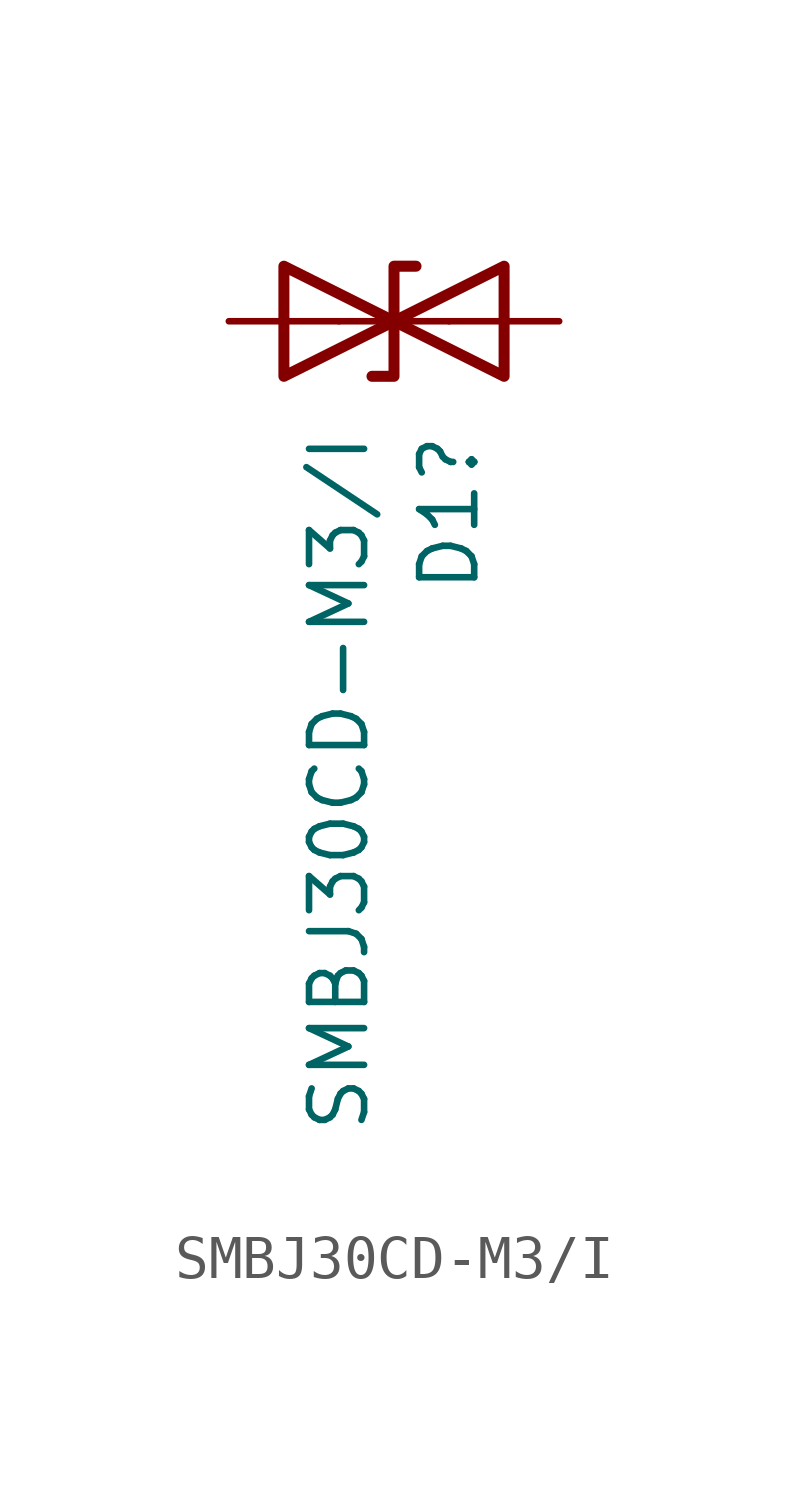
<source format=kicad_sym>
(kicad_symbol_lib
  (version 20241209)
  (generator "kicad_symbol_editor")
  (generator_version "9.0")
  (symbol "SMBJ30CD-M3/I"
    (pin_numbers
      (hide yes))
    (pin_names
      (offset 1.016)
      (hide yes))
    (property "Reference" "D1"
      (at 1.27 -2.54 90)
      (effects (font (size 1.27 1.27)) (justify right)))
    (property "Value" "SMBJ30CD-M3/I"
      (at -1.27 -2.54 90)
      (effects (font (size 1.27 1.27)) (justify right)))
    (symbol "SMBJ30CD-M3/I_0_1"
      (polyline (pts (xy -2.54 1.27) (xy -2.54 -1.27) (xy 2.54 1.27) (xy 2.54 -1.27) (xy -2.54 1.27)) (stroke (width 0.254) (type default)) (fill (type none)))
      (polyline (pts (xy 0.508 1.27) (xy 0 1.27) (xy 0 -1.27) (xy -0.508 -1.27)) (stroke (width 0.254) (type default)) (fill (type none)))
      (polyline (pts (xy 1.27 0) (xy -1.27 0)) (stroke (width 0) (type default)) (fill (type none))))
    (symbol "SMBJ30CD-M3/I_1_1"
      (pin passive line (at -3.81 0 0) (length 2.54) (name "A1" (effects (font (size 1.27 1.27)))) (number "1" (effects (font (size 1.27 1.27)))))
      (pin passive line (at 3.81 0 180) (length 2.54) (name "A2" (effects (font (size 1.27 1.27)))) (number "2" (effects (font (size 1.27 1.27))))))))
</source>
